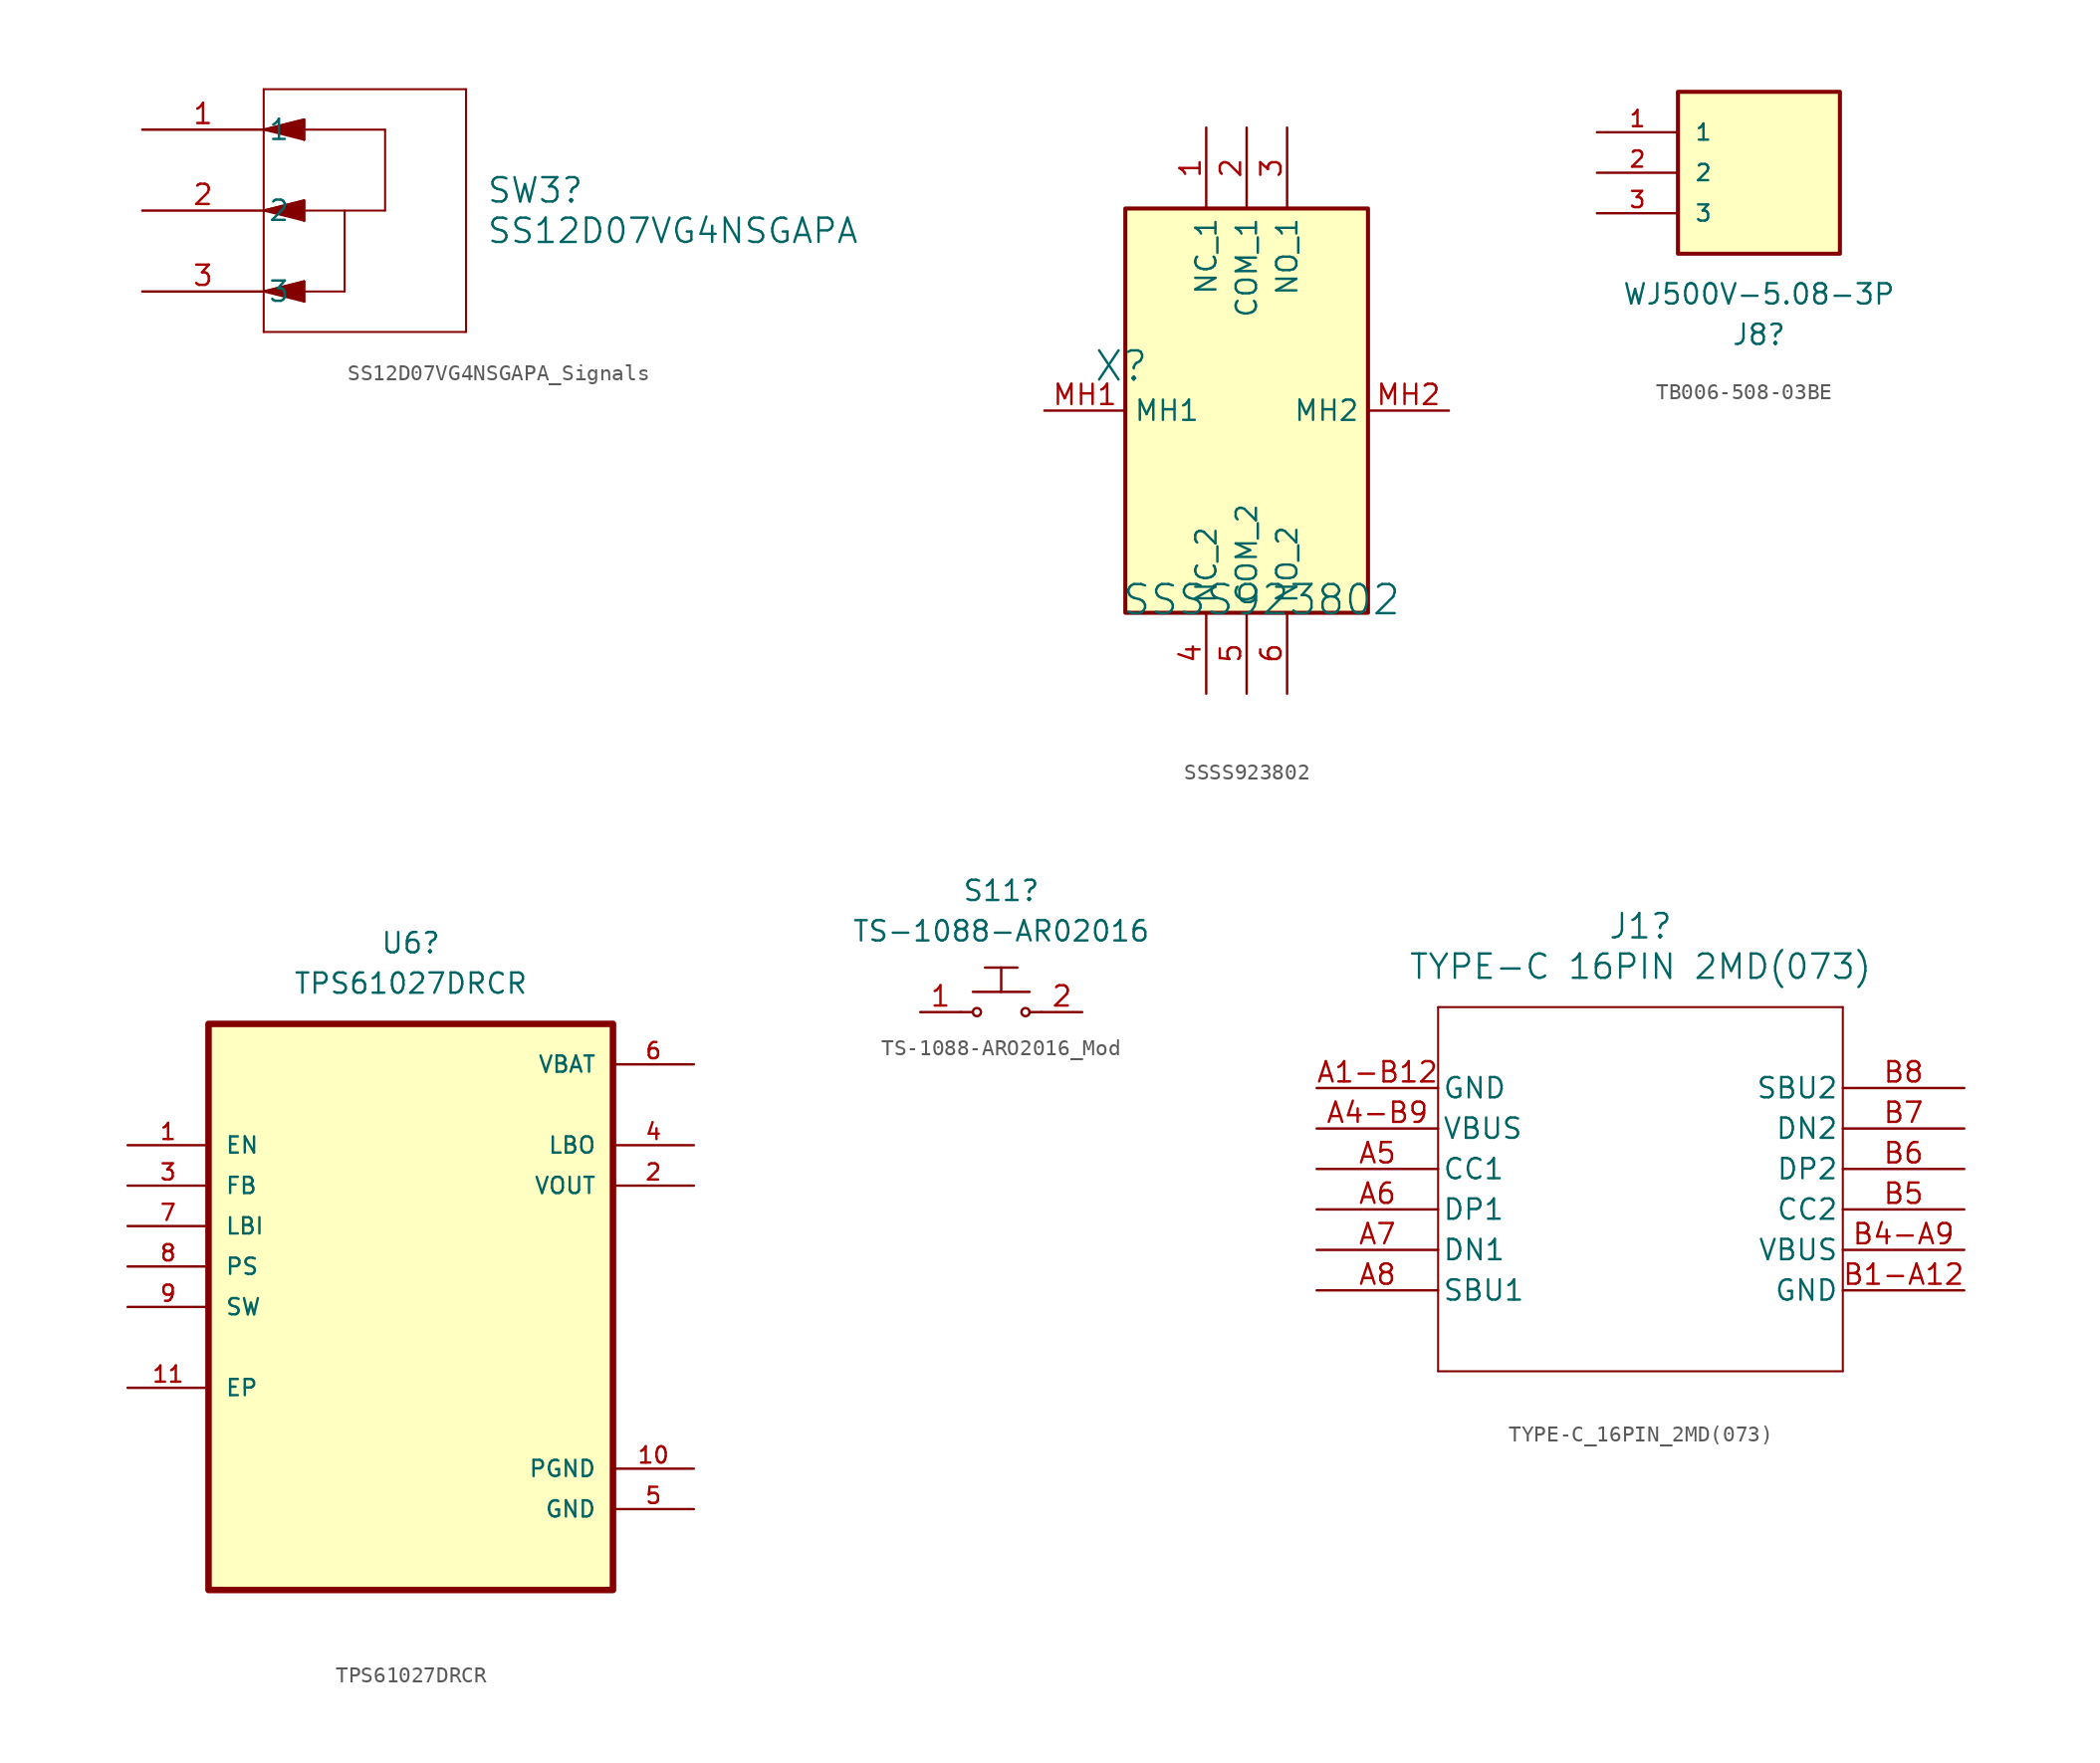
<source format=kicad_sym>
(kicad_symbol_lib
  (version 20231120)
  (generator "kicad_symbol_editor")
  (generator_version "8.0")
  (symbol "SS12D07VG4NSGAPA_Signals"
    (pin_names
      (offset 0.254))
    (property "Reference" "SW3"
      (at 21.59 -3.81 0)
      (effects (font (size 1.524 1.524)) (justify left)))
    (property "Value" "SS12D07VG4NSGAPA"
      (at 21.59 -6.35 0)
      (effects (font (size 1.524 1.524)) (justify left)))
    (property "ki_locked" ""
      (at 0 0 0)
      (effects (font (size 1.27 1.27))))
    (symbol "SS12D07VG4NSGAPA_Signals_0_1"
      (polyline (pts (xy 7.62 -12.7) (xy 20.32 -12.7)) (stroke (width 0.127) (type default)) (fill (type none)))
      (polyline (pts (xy 7.62 -10.16) (xy 10.16 -9.525)) (stroke (width 0.127) (type default)) (fill (type none)))
      (polyline (pts (xy 7.62 -5.08) (xy 10.16 -4.445)) (stroke (width 0.127) (type default)) (fill (type none)))
      (polyline (pts (xy 7.62 -5.08) (xy 15.24 -5.08)) (stroke (width 0.127) (type default)) (fill (type none)))
      (polyline (pts (xy 7.62 0) (xy 10.16 0.635)) (stroke (width 0.127) (type default)) (fill (type none)))
      (polyline (pts (xy 7.62 0) (xy 15.24 0)) (stroke (width 0.127) (type default)) (fill (type none)))
      (polyline (pts (xy 7.62 2.54) (xy 7.62 -12.7)) (stroke (width 0.127) (type default)) (fill (type none)))
      (polyline (pts (xy 10.16 -10.795) (xy 7.62 -10.16)) (stroke (width 0.127) (type default)) (fill (type none)))
      (polyline (pts (xy 10.16 -9.525) (xy 10.16 -10.795)) (stroke (width 0.127) (type default)) (fill (type none)))
      (polyline (pts (xy 10.16 -5.715) (xy 7.62 -5.08)) (stroke (width 0.127) (type default)) (fill (type none)))
      (polyline (pts (xy 10.16 -4.445) (xy 10.16 -5.715)) (stroke (width 0.127) (type default)) (fill (type none)))
      (polyline (pts (xy 10.16 -0.635) (xy 7.62 0)) (stroke (width 0.127) (type default)) (fill (type none)))
      (polyline (pts (xy 10.16 0.635) (xy 10.16 -0.635)) (stroke (width 0.127) (type default)) (fill (type none)))
      (polyline (pts (xy 12.7 -10.16) (xy 7.62 -10.16)) (stroke (width 0.127) (type default)) (fill (type none)))
      (polyline (pts (xy 12.7 -5.08) (xy 12.7 -10.16)) (stroke (width 0.127) (type default)) (fill (type none)))
      (polyline (pts (xy 15.24 0) (xy 15.24 -5.08)) (stroke (width 0.127) (type default)) (fill (type none)))
      (polyline (pts (xy 20.32 -12.7) (xy 20.32 2.54)) (stroke (width 0.127) (type default)) (fill (type none)))
      (polyline (pts (xy 20.32 2.54) (xy 7.62 2.54)) (stroke (width 0.127) (type default)) (fill (type none)))
      (polyline (pts (xy 7.62 -10.16) (xy 10.16 -9.525) (xy 10.16 -10.795)) (stroke (width 0) (type default)) (fill (type outline)))
      (polyline (pts (xy 7.62 -5.08) (xy 10.16 -4.445) (xy 10.16 -5.715)) (stroke (width 0) (type default)) (fill (type outline)))
      (polyline (pts (xy 7.62 0) (xy 10.16 0.635) (xy 10.16 -0.635)) (stroke (width 0) (type default)) (fill (type outline))))
    (symbol "SS12D07VG4NSGAPA_Signals_1_1"
      (pin input line (at 0 0 0) (length 7.62) (name "1" (effects (font (size 1.27 1.27)))) (number "1" (effects (font (size 1.27 1.27)))))
      (pin output line (at 0 -5.08 0) (length 7.62) (name "2" (effects (font (size 1.27 1.27)))) (number "2" (effects (font (size 1.27 1.27)))))
      (pin input line (at 0 -10.16 0) (length 7.62) (name "3" (effects (font (size 1.27 1.27)))) (number "3" (effects (font (size 1.27 1.27)))))))
  (symbol "SSSS923802"
    (property "Reference" "X"
      (at 4.826 2.794 0)
      (effects (font (size 1.829 1.829))))
    (property "Value" "SSSS923802"
      (at 4.826 -12.954 0)
      (effects (font (size 1.829 1.829)) (justify left bottom)))
    (symbol "SSSS923802_1_0"
      (rectangle (start 20.32 12.7) (end 5.08 -12.7) (stroke (width 0.254) (type solid) (color 128 0 0 1)) (fill (type background)))
      (pin passive line (at 10.16 17.78 270) (length 5.08) (name "NC_1" (effects (font (size 1.27 1.27)))) (number "1" (effects (font (size 1.27 1.27)))))
      (pin passive line (at 12.7 17.78 270) (length 5.08) (name "COM_1" (effects (font (size 1.27 1.27)))) (number "2" (effects (font (size 1.27 1.27)))))
      (pin passive line (at 15.24 17.78 270) (length 5.08) (name "NO_1" (effects (font (size 1.27 1.27)))) (number "3" (effects (font (size 1.27 1.27)))))
      (pin passive line (at 10.16 -17.78 90) (length 5.08) (name "NC_2" (effects (font (size 1.27 1.27)))) (number "4" (effects (font (size 1.27 1.27)))))
      (pin passive line (at 12.7 -17.78 90) (length 5.08) (name "COM_2" (effects (font (size 1.27 1.27)))) (number "5" (effects (font (size 1.27 1.27)))))
      (pin passive line (at 15.24 -17.78 90) (length 5.08) (name "NO_2" (effects (font (size 1.27 1.27)))) (number "6" (effects (font (size 1.27 1.27)))))
      (pin passive line (at 0 0 0) (length 5.08) (name "MH1" (effects (font (size 1.27 1.27)))) (number "MH1" (effects (font (size 1.27 1.27)))))
      (pin passive line (at 25.4 0 180) (length 5.08) (name "MH2" (effects (font (size 1.27 1.27)))) (number "MH2" (effects (font (size 1.27 1.27)))))))
  (symbol "TB006-508-03BE"
    (pin_names
      (offset 1.016))
    (property "Reference" "J8"
      (at 0 -10.16 0)
      (effects (font (size 1.27 1.27))))
    (property "Value" "WJ500V-5.08-3P"
      (at 0 -7.62 0)
      (effects (font (size 1.27 1.27))))
    (symbol "TB006-508-03BE_0_0"
      (rectangle (start -5.08 -5.08) (end 5.08 5.08) (stroke (width 0.254) (type default)) (fill (type background))))
    (symbol "TB006-508-03BE_1_0"
      (pin power_out line (at -10.16 2.54 0) (length 5.08) (name "1" (effects (font (size 1.016 1.016)))) (number "1" (effects (font (size 1.016 1.016)))))
      (pin bidirectional line (at -10.16 0 0) (length 5.08) (name "2" (effects (font (size 1.016 1.016)))) (number "2" (effects (font (size 1.016 1.016)))))
      (pin bidirectional line (at -10.16 -2.54 0) (length 5.08) (name "3" (effects (font (size 1.016 1.016)))) (number "3" (effects (font (size 1.016 1.016)))))))
  (symbol "TPS61027DRCR"
    (pin_names
      (offset 1.016))
    (property "Reference" "U6"
      (at 0 22.86 0)
      (effects (font (size 1.27 1.27))))
    (property "Value" "TPS61027DRCR"
      (at 0 20.32 0)
      (effects (font (size 1.27 1.27))))
    (symbol "TPS61027DRCR_0_0"
      (rectangle (start -12.7 17.78) (end 12.7 -17.78) (stroke (width 0.41) (type default)) (fill (type background)))
      (pin input line (at -17.78 10.16 0) (length 5.08) (name "EN" (effects (font (size 1.016 1.016)))) (number "1" (effects (font (size 1.016 1.016)))))
      (pin power_in line (at 17.78 -10.16 180) (length 5.08) (name "PGND" (effects (font (size 1.016 1.016)))) (number "10" (effects (font (size 1.016 1.016)))))
      (pin input line (at -17.78 7.62 0) (length 5.08) (name "FB" (effects (font (size 1.016 1.016)))) (number "3" (effects (font (size 1.016 1.016)))))
      (pin output line (at 17.78 10.16 180) (length 5.08) (name "LBO" (effects (font (size 1.016 1.016)))) (number "4" (effects (font (size 1.016 1.016)))))
      (pin power_in line (at 17.78 -12.7 180) (length 5.08) (name "GND" (effects (font (size 1.016 1.016)))) (number "5" (effects (font (size 1.016 1.016)))))
      (pin power_in line (at 17.78 15.24 180) (length 5.08) (name "VBAT" (effects (font (size 1.016 1.016)))) (number "6" (effects (font (size 1.016 1.016)))))
      (pin input line (at -17.78 5.08 0) (length 5.08) (name "LBI" (effects (font (size 1.016 1.016)))) (number "7" (effects (font (size 1.016 1.016)))))
      (pin input line (at -17.78 2.54 0) (length 5.08) (name "PS" (effects (font (size 1.016 1.016)))) (number "8" (effects (font (size 1.016 1.016)))))
      (pin input line (at -17.78 0 0) (length 5.08) (name "SW" (effects (font (size 1.016 1.016)))) (number "9" (effects (font (size 1.016 1.016))))))
    (symbol "TPS61027DRCR_1_0"
      (pin power_in line (at -17.78 -5.08 0) (length 5.08) (name "EP" (effects (font (size 1.016 1.016)))) (number "11" (effects (font (size 1.016 1.016)))))
      (pin power_out line (at 17.78 7.62 180) (length 5.08) (name "VOUT" (effects (font (size 1.016 1.016)))) (number "2" (effects (font (size 1.016 1.016)))))))
  (symbol "TS-1088-ARO2016_Mod"
    (pin_names
      (offset 1.016))
    (property "Reference" "S11"
      (at 0 7.62 0)
      (effects (font (size 1.27 1.27))))
    (property "Value" "TS-1088-AR02016"
      (at 0 5.08 0)
      (effects (font (size 1.27 1.27))))
    (symbol "TS-1088-ARO2016_Mod_0_1"
      (circle (center -1.524 0) (radius 0.254) (stroke (width 0) (type solid)) (fill (type none)))
      (polyline (pts (xy -2.54 0) (xy -1.778 0)) (stroke (width 0) (type solid)) (fill (type none)))
      (polyline (pts (xy -1.778 1.27) (xy 1.778 1.27)) (stroke (width 0) (type solid)) (fill (type none)))
      (polyline (pts (xy -1.016 2.794) (xy 1.016 2.794)) (stroke (width 0) (type solid)) (fill (type none)))
      (polyline (pts (xy 0 1.27) (xy 0 2.794)) (stroke (width 0) (type solid)) (fill (type none)))
      (polyline (pts (xy 2.54 0) (xy 1.778 0)) (stroke (width 0) (type solid)) (fill (type none)))
      (circle (center 1.524 0) (radius 0.254) (stroke (width 0) (type solid)) (fill (type none))))
    (symbol "TS-1088-ARO2016_Mod_1_1"
      (pin passive line (at -5.08 0 0) (length 2.54) (name "~" (effects (font (size 1.27 1.27)))) (number "1" (effects (font (size 1.27 1.27)))))
      (pin passive line (at 5.08 0 180) (length 2.54) (name "~" (effects (font (size 1.27 1.27)))) (number "2" (effects (font (size 1.27 1.27)))))))
  (symbol "TYPE-C_16PIN_2MD(073)"
    (pin_names
      (offset 0.254))
    (property "Reference" "J1"
      (at 20.32 10.16 0)
      (effects (font (size 1.524 1.524))))
    (property "Value" "TYPE-C 16PIN 2MD(073)"
      (at 20.32 7.62 0)
      (effects (font (size 1.524 1.524))))
    (property "ki_locked" ""
      (at 0 0 0)
      (effects (font (size 1.27 1.27))))
    (symbol "TYPE-C_16PIN_2MD(073)_0_1"
      (polyline (pts (xy 7.62 -17.78) (xy 33.02 -17.78)) (stroke (width 0.127) (type default)) (fill (type none)))
      (polyline (pts (xy 7.62 5.08) (xy 7.62 -17.78)) (stroke (width 0.127) (type default)) (fill (type none)))
      (polyline (pts (xy 33.02 -17.78) (xy 33.02 5.08)) (stroke (width 0.127) (type default)) (fill (type none)))
      (polyline (pts (xy 33.02 5.08) (xy 7.62 5.08)) (stroke (width 0.127) (type default)) (fill (type none)))
      (pin power_out line (at 0 0 0) (length 7.62) (name "GND" (effects (font (size 1.27 1.27)))) (number "A1-B12" (effects (font (size 1.27 1.27)))))
      (pin bidirectional line (at 0 -5.08 0) (length 7.62) (name "CC1" (effects (font (size 1.27 1.27)))) (number "A5" (effects (font (size 1.27 1.27)))))
      (pin bidirectional line (at 0 -7.62 0) (length 7.62) (name "DP1" (effects (font (size 1.27 1.27)))) (number "A6" (effects (font (size 1.27 1.27)))))
      (pin bidirectional line (at 0 -10.16 0) (length 7.62) (name "DN1" (effects (font (size 1.27 1.27)))) (number "A7" (effects (font (size 1.27 1.27)))))
      (pin bidirectional line (at 0 -12.7 0) (length 7.62) (name "SBU1" (effects (font (size 1.27 1.27)))) (number "A8" (effects (font (size 1.27 1.27)))))
      (pin bidirectional line (at 40.64 -7.62 180) (length 7.62) (name "CC2" (effects (font (size 1.27 1.27)))) (number "B5" (effects (font (size 1.27 1.27)))))
      (pin bidirectional line (at 40.64 -5.08 180) (length 7.62) (name "DP2" (effects (font (size 1.27 1.27)))) (number "B6" (effects (font (size 1.27 1.27)))))
      (pin bidirectional line (at 40.64 -2.54 180) (length 7.62) (name "DN2" (effects (font (size 1.27 1.27)))) (number "B7" (effects (font (size 1.27 1.27)))))
      (pin bidirectional line (at 40.64 0 180) (length 7.62) (name "SBU2" (effects (font (size 1.27 1.27)))) (number "B8" (effects (font (size 1.27 1.27))))))
    (symbol "TYPE-C_16PIN_2MD(073)_1_1"
      (pin power_out line (at 0 -2.54 0) (length 7.62) (name "VBUS" (effects (font (size 1.27 1.27)))) (number "A4-B9" (effects (font (size 1.27 1.27)))))
      (pin power_in line (at 40.64 -12.7 180) (length 7.62) (name "GND" (effects (font (size 1.27 1.27)))) (number "B1-A12" (effects (font (size 1.27 1.27)))))
      (pin power_in line (at 40.64 -10.16 180) (length 7.62) (name "VBUS" (effects (font (size 1.27 1.27)))) (number "B4-A9" (effects (font (size 1.27 1.27))))))))
</source>
